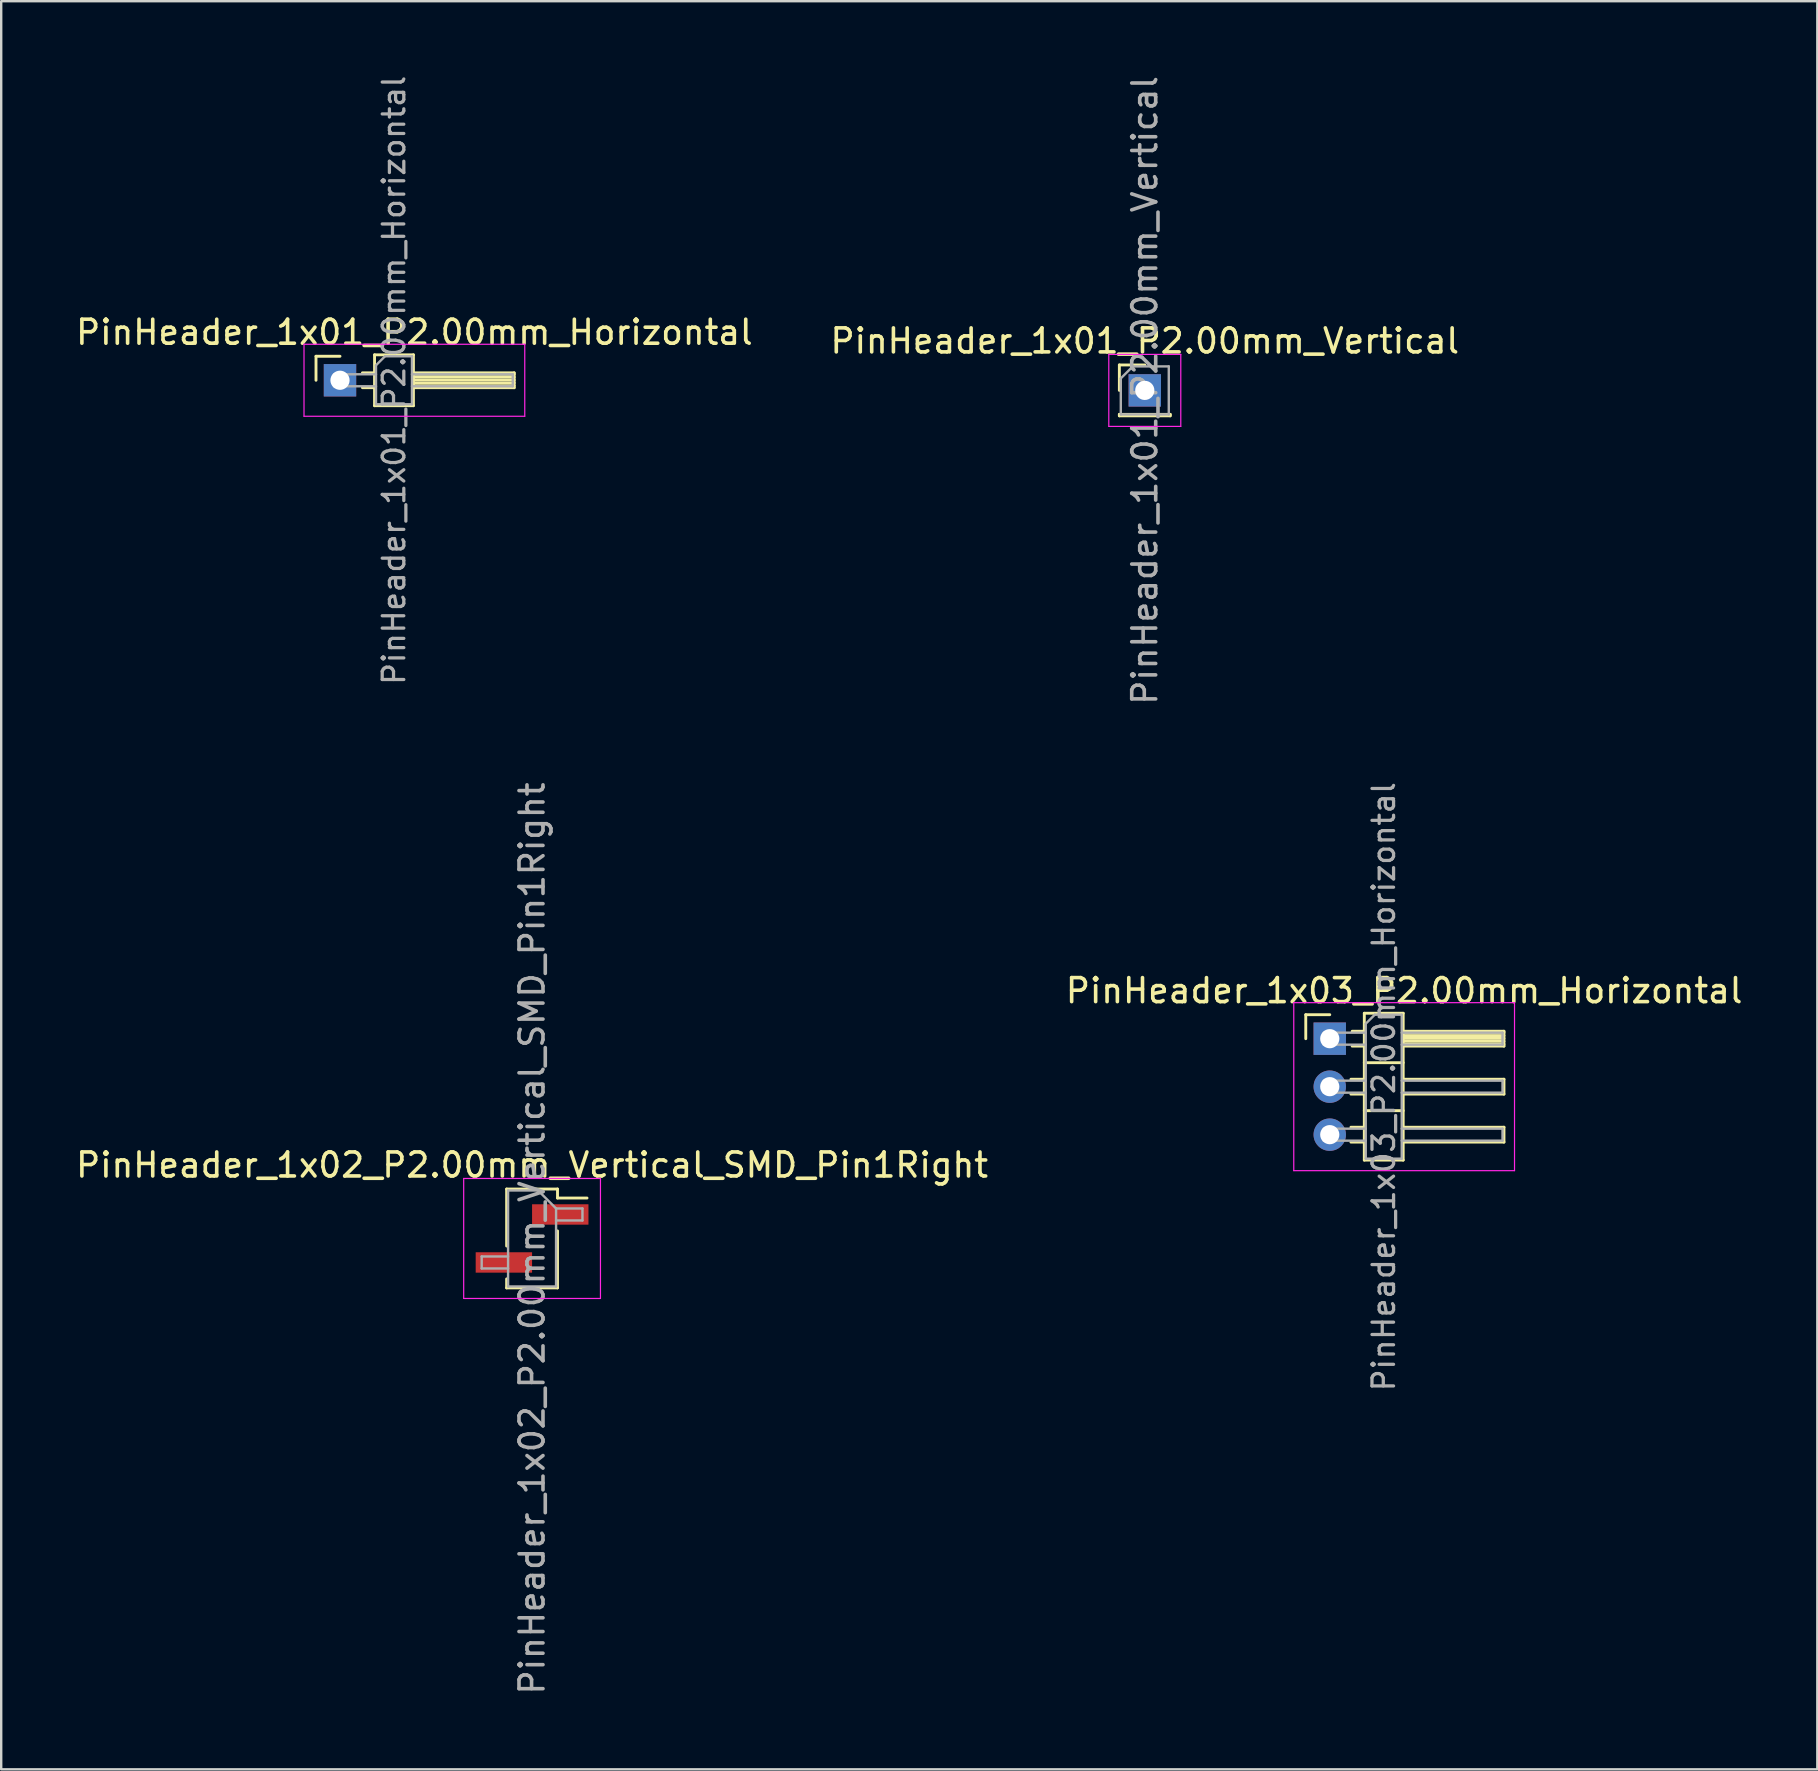
<source format=kicad_pcb>
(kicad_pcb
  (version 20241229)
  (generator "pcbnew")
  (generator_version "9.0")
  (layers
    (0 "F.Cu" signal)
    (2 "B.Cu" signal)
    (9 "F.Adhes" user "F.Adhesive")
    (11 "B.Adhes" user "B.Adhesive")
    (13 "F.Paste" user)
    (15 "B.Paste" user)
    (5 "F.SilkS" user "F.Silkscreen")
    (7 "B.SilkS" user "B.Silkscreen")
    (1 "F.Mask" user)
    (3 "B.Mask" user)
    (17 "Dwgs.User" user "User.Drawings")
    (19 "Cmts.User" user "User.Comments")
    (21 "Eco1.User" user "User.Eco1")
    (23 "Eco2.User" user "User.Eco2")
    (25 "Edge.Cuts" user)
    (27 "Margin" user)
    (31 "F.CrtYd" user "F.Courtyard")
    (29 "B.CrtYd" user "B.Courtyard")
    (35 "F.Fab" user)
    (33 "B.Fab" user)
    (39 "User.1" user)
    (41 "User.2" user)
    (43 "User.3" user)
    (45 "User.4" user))
  (footprint "PinHeader_1x01_P2.00mm_Horizontal"
    (layer "F.Cu")
    (at 11.12 12.798)
    (property "Reference" "PinHeader_1x01_P2.00mm_Horizontal" (at 3.1 -2 0) (layer "F.SilkS") (effects (font (size 1 1) (thickness 0.15))))
    (attr through_hole)
    (fp_line (start -1 -1) (end 0 -1) (stroke (width 0.12) (type solid)) (layer "F.SilkS"))
    (fp_line (start -1 0) (end -1 -1) (stroke (width 0.12) (type solid)) (layer "F.SilkS"))
    (fp_line (start 0.935 -0.31) (end 1.44 -0.31) (stroke (width 0.12) (type solid)) (layer "F.SilkS"))
    (fp_line (start 0.935 0.31) (end 1.44 0.31) (stroke (width 0.12) (type solid)) (layer "F.SilkS"))
    (fp_line (start 1.44 -1.06) (end 1.44 1.06) (stroke (width 0.12) (type solid)) (layer "F.SilkS"))
    (fp_line (start 1.44 1.06) (end 3.06 1.06) (stroke (width 0.12) (type solid)) (layer "F.SilkS"))
    (fp_line (start 3.06 -1.06) (end 1.44 -1.06) (stroke (width 0.12) (type solid)) (layer "F.SilkS"))
    (fp_line (start 3.06 -0.31) (end 7.26 -0.31) (stroke (width 0.12) (type solid)) (layer "F.SilkS"))
    (fp_line (start 3.06 -0.25) (end 7.26 -0.25) (stroke (width 0.12) (type solid)) (layer "F.SilkS"))
    (fp_line (start 3.06 -0.13) (end 7.26 -0.13) (stroke (width 0.12) (type solid)) (layer "F.SilkS"))
    (fp_line (start 3.06 -0.01) (end 7.26 -0.01) (stroke (width 0.12) (type solid)) (layer "F.SilkS"))
    (fp_line (start 3.06 0.11) (end 7.26 0.11) (stroke (width 0.12) (type solid)) (layer "F.SilkS"))
    (fp_line (start 3.06 0.23) (end 7.26 0.23) (stroke (width 0.12) (type solid)) (layer "F.SilkS"))
    (fp_line (start 3.06 1.06) (end 3.06 -1.06) (stroke (width 0.12) (type solid)) (layer "F.SilkS"))
    (fp_line (start 7.26 -0.31) (end 7.26 0.31) (stroke (width 0.12) (type solid)) (layer "F.SilkS"))
    (fp_line (start 7.26 0.31) (end 3.06 0.31) (stroke (width 0.12) (type solid)) (layer "F.SilkS"))
    (fp_line (start -1.5 -1.5) (end -1.5 1.5) (stroke (width 0.05) (type solid)) (layer "F.CrtYd"))
    (fp_line (start -1.5 1.5) (end 7.7 1.5) (stroke (width 0.05) (type solid)) (layer "F.CrtYd"))
    (fp_line (start 7.7 -1.5) (end -1.5 -1.5) (stroke (width 0.05) (type solid)) (layer "F.CrtYd"))
    (fp_line (start 7.7 1.5) (end 7.7 -1.5) (stroke (width 0.05) (type solid)) (layer "F.CrtYd"))
    (fp_line (start -0.25 -0.25) (end -0.25 0.25) (stroke (width 0.1) (type solid)) (layer "F.Fab"))
    (fp_line (start -0.25 -0.25) (end 1.5 -0.25) (stroke (width 0.1) (type solid)) (layer "F.Fab"))
    (fp_line (start -0.25 0.25) (end 1.5 0.25) (stroke (width 0.1) (type solid)) (layer "F.Fab"))
    (fp_line (start 1.5 -0.625) (end 1.875 -1) (stroke (width 0.1) (type solid)) (layer "F.Fab"))
    (fp_line (start 1.5 1) (end 1.5 -0.625) (stroke (width 0.1) (type solid)) (layer "F.Fab"))
    (fp_line (start 1.875 -1) (end 3 -1) (stroke (width 0.1) (type solid)) (layer "F.Fab"))
    (fp_line (start 3 -1) (end 3 1) (stroke (width 0.1) (type solid)) (layer "F.Fab"))
    (fp_line (start 3 -0.25) (end 7.2 -0.25) (stroke (width 0.1) (type solid)) (layer "F.Fab"))
    (fp_line (start 3 0.25) (end 7.2 0.25) (stroke (width 0.1) (type solid)) (layer "F.Fab"))
    (fp_line (start 3 1) (end 1.5 1) (stroke (width 0.1) (type solid)) (layer "F.Fab"))
    (fp_line (start 7.2 -0.25) (end 7.2 0.25) (stroke (width 0.1) (type solid)) (layer "F.Fab"))
    (fp_text user "${REFERENCE}" (at 2.25 0 90) (layer "F.Fab") (effects (font (size 0.9 0.9) (thickness 0.135))))
    (pad "1" thru_hole rect (at 0 0) (size 1.35 1.35) (drill 0.8) (layers "*.Cu" "*.Mask")))
  (footprint "PinHeader_1x01_P2.00mm_Vertical"
    (layer "F.Cu")
    (at 44.661 13.22)
    (property "Reference" "PinHeader_1x01_P2.00mm_Vertical" (at 0 -2.06 0) (layer "F.SilkS") (effects (font (size 1 1) (thickness 0.15))))
    (attr through_hole)
    (fp_line (start -1.06 -1.06) (end 0 -1.06) (stroke (width 0.12) (type solid)) (layer "F.SilkS"))
    (fp_line (start -1.06 0) (end -1.06 -1.06) (stroke (width 0.12) (type solid)) (layer "F.SilkS"))
    (fp_line (start -1.06 1) (end -1.06 1.06) (stroke (width 0.12) (type solid)) (layer "F.SilkS"))
    (fp_line (start -1.06 1) (end 1.06 1) (stroke (width 0.12) (type solid)) (layer "F.SilkS"))
    (fp_line (start -1.06 1.06) (end 1.06 1.06) (stroke (width 0.12) (type solid)) (layer "F.SilkS"))
    (fp_line (start 1.06 1) (end 1.06 1.06) (stroke (width 0.12) (type solid)) (layer "F.SilkS"))
    (fp_line (start -1.5 -1.5) (end -1.5 1.5) (stroke (width 0.05) (type solid)) (layer "F.CrtYd"))
    (fp_line (start -1.5 1.5) (end 1.5 1.5) (stroke (width 0.05) (type solid)) (layer "F.CrtYd"))
    (fp_line (start 1.5 -1.5) (end -1.5 -1.5) (stroke (width 0.05) (type solid)) (layer "F.CrtYd"))
    (fp_line (start 1.5 1.5) (end 1.5 -1.5) (stroke (width 0.05) (type solid)) (layer "F.CrtYd"))
    (fp_line (start -1 -0.5) (end -0.5 -1) (stroke (width 0.1) (type solid)) (layer "F.Fab"))
    (fp_line (start -1 1) (end -1 -0.5) (stroke (width 0.1) (type solid)) (layer "F.Fab"))
    (fp_line (start -0.5 -1) (end 1 -1) (stroke (width 0.1) (type solid)) (layer "F.Fab"))
    (fp_line (start 1 -1) (end 1 1) (stroke (width 0.1) (type solid)) (layer "F.Fab"))
    (fp_line (start 1 1) (end -1 1) (stroke (width 0.1) (type solid)) (layer "F.Fab"))
    (fp_text user "${REFERENCE}" (at 0 0 90) (layer "F.Fab") (effects (font (size 1 1) (thickness 0.15))))
    (pad "1" thru_hole rect (at 0 0) (size 1.35 1.35) (drill 0.8) (layers "*.Cu" "*.Mask")))
  (footprint "PinHeader_1x03_P2.00mm_Horizontal"
    (layer "F.Cu")
    (at 52.37 40.239)
    (property "Reference" "PinHeader_1x03_P2.00mm_Horizontal" (at 3.1 -2 0) (layer "F.SilkS") (effects (font (size 1 1) (thickness 0.15))))
    (attr through_hole)
    (fp_line (start -1 -1) (end 0 -1) (stroke (width 0.12) (type solid)) (layer "F.SilkS"))
    (fp_line (start -1 0) (end -1 -1) (stroke (width 0.12) (type solid)) (layer "F.SilkS"))
    (fp_line (start 0.882 1.69) (end 1.44 1.69) (stroke (width 0.12) (type solid)) (layer "F.SilkS"))
    (fp_line (start 0.882 2.31) (end 1.44 2.31) (stroke (width 0.12) (type solid)) (layer "F.SilkS"))
    (fp_line (start 0.882 3.69) (end 1.44 3.69) (stroke (width 0.12) (type solid)) (layer "F.SilkS"))
    (fp_line (start 0.882 4.31) (end 1.44 4.31) (stroke (width 0.12) (type solid)) (layer "F.SilkS"))
    (fp_line (start 0.935 -0.31) (end 1.44 -0.31) (stroke (width 0.12) (type solid)) (layer "F.SilkS"))
    (fp_line (start 0.935 0.31) (end 1.44 0.31) (stroke (width 0.12) (type solid)) (layer "F.SilkS"))
    (fp_line (start 1.44 -1.06) (end 1.44 5.06) (stroke (width 0.12) (type solid)) (layer "F.SilkS"))
    (fp_line (start 1.44 1) (end 3.06 1) (stroke (width 0.12) (type solid)) (layer "F.SilkS"))
    (fp_line (start 1.44 3) (end 3.06 3) (stroke (width 0.12) (type solid)) (layer "F.SilkS"))
    (fp_line (start 1.44 5.06) (end 3.06 5.06) (stroke (width 0.12) (type solid)) (layer "F.SilkS"))
    (fp_line (start 3.06 -1.06) (end 1.44 -1.06) (stroke (width 0.12) (type solid)) (layer "F.SilkS"))
    (fp_line (start 3.06 -0.31) (end 7.26 -0.31) (stroke (width 0.12) (type solid)) (layer "F.SilkS"))
    (fp_line (start 3.06 -0.25) (end 7.26 -0.25) (stroke (width 0.12) (type solid)) (layer "F.SilkS"))
    (fp_line (start 3.06 -0.13) (end 7.26 -0.13) (stroke (width 0.12) (type solid)) (layer "F.SilkS"))
    (fp_line (start 3.06 -0.01) (end 7.26 -0.01) (stroke (width 0.12) (type solid)) (layer "F.SilkS"))
    (fp_line (start 3.06 0.11) (end 7.26 0.11) (stroke (width 0.12) (type solid)) (layer "F.SilkS"))
    (fp_line (start 3.06 0.23) (end 7.26 0.23) (stroke (width 0.12) (type solid)) (layer "F.SilkS"))
    (fp_line (start 3.06 1.69) (end 7.26 1.69) (stroke (width 0.12) (type solid)) (layer "F.SilkS"))
    (fp_line (start 3.06 3.69) (end 7.26 3.69) (stroke (width 0.12) (type solid)) (layer "F.SilkS"))
    (fp_line (start 3.06 5.06) (end 3.06 -1.06) (stroke (width 0.12) (type solid)) (layer "F.SilkS"))
    (fp_line (start 7.26 -0.31) (end 7.26 0.31) (stroke (width 0.12) (type solid)) (layer "F.SilkS"))
    (fp_line (start 7.26 0.31) (end 3.06 0.31) (stroke (width 0.12) (type solid)) (layer "F.SilkS"))
    (fp_line (start 7.26 1.69) (end 7.26 2.31) (stroke (width 0.12) (type solid)) (layer "F.SilkS"))
    (fp_line (start 7.26 2.31) (end 3.06 2.31) (stroke (width 0.12) (type solid)) (layer "F.SilkS"))
    (fp_line (start 7.26 3.69) (end 7.26 4.31) (stroke (width 0.12) (type solid)) (layer "F.SilkS"))
    (fp_line (start 7.26 4.31) (end 3.06 4.31) (stroke (width 0.12) (type solid)) (layer "F.SilkS"))
    (fp_line (start -1.5 -1.5) (end -1.5 5.5) (stroke (width 0.05) (type solid)) (layer "F.CrtYd"))
    (fp_line (start -1.5 5.5) (end 7.7 5.5) (stroke (width 0.05) (type solid)) (layer "F.CrtYd"))
    (fp_line (start 7.7 -1.5) (end -1.5 -1.5) (stroke (width 0.05) (type solid)) (layer "F.CrtYd"))
    (fp_line (start 7.7 5.5) (end 7.7 -1.5) (stroke (width 0.05) (type solid)) (layer "F.CrtYd"))
    (fp_line (start -0.25 -0.25) (end -0.25 0.25) (stroke (width 0.1) (type solid)) (layer "F.Fab"))
    (fp_line (start -0.25 -0.25) (end 1.5 -0.25) (stroke (width 0.1) (type solid)) (layer "F.Fab"))
    (fp_line (start -0.25 0.25) (end 1.5 0.25) (stroke (width 0.1) (type solid)) (layer "F.Fab"))
    (fp_line (start -0.25 1.75) (end -0.25 2.25) (stroke (width 0.1) (type solid)) (layer "F.Fab"))
    (fp_line (start -0.25 1.75) (end 1.5 1.75) (stroke (width 0.1) (type solid)) (layer "F.Fab"))
    (fp_line (start -0.25 2.25) (end 1.5 2.25) (stroke (width 0.1) (type solid)) (layer "F.Fab"))
    (fp_line (start -0.25 3.75) (end -0.25 4.25) (stroke (width 0.1) (type solid)) (layer "F.Fab"))
    (fp_line (start -0.25 3.75) (end 1.5 3.75) (stroke (width 0.1) (type solid)) (layer "F.Fab"))
    (fp_line (start -0.25 4.25) (end 1.5 4.25) (stroke (width 0.1) (type solid)) (layer "F.Fab"))
    (fp_line (start 1.5 -0.625) (end 1.875 -1) (stroke (width 0.1) (type solid)) (layer "F.Fab"))
    (fp_line (start 1.5 5) (end 1.5 -0.625) (stroke (width 0.1) (type solid)) (layer "F.Fab"))
    (fp_line (start 1.875 -1) (end 3 -1) (stroke (width 0.1) (type solid)) (layer "F.Fab"))
    (fp_line (start 3 -1) (end 3 5) (stroke (width 0.1) (type solid)) (layer "F.Fab"))
    (fp_line (start 3 -0.25) (end 7.2 -0.25) (stroke (width 0.1) (type solid)) (layer "F.Fab"))
    (fp_line (start 3 0.25) (end 7.2 0.25) (stroke (width 0.1) (type solid)) (layer "F.Fab"))
    (fp_line (start 3 1.75) (end 7.2 1.75) (stroke (width 0.1) (type solid)) (layer "F.Fab"))
    (fp_line (start 3 2.25) (end 7.2 2.25) (stroke (width 0.1) (type solid)) (layer "F.Fab"))
    (fp_line (start 3 3.75) (end 7.2 3.75) (stroke (width 0.1) (type solid)) (layer "F.Fab"))
    (fp_line (start 3 4.25) (end 7.2 4.25) (stroke (width 0.1) (type solid)) (layer "F.Fab"))
    (fp_line (start 3 5) (end 1.5 5) (stroke (width 0.1) (type solid)) (layer "F.Fab"))
    (fp_line (start 7.2 -0.25) (end 7.2 0.25) (stroke (width 0.1) (type solid)) (layer "F.Fab"))
    (fp_line (start 7.2 1.75) (end 7.2 2.25) (stroke (width 0.1) (type solid)) (layer "F.Fab"))
    (fp_line (start 7.2 3.75) (end 7.2 4.25) (stroke (width 0.1) (type solid)) (layer "F.Fab"))
    (fp_text user "${REFERENCE}" (at 2.25 2 90) (layer "F.Fab") (effects (font (size 0.9 0.9) (thickness 0.135))))
    (pad "1" thru_hole rect (at 0 0) (size 1.35 1.35) (drill 0.8) (layers "*.Cu" "*.Mask"))
    (pad "2" thru_hole oval (at 0 2) (size 1.35 1.35) (drill 0.8) (layers "*.Cu" "*.Mask"))
    (pad "3" thru_hole oval (at 0 4) (size 1.35 1.35) (drill 0.8) (layers "*.Cu" "*.Mask")))
  (footprint "PinHeader_1x02_P2.00mm_Vertical_SMD_Pin1Right"
    (layer "F.Cu")
    (at 19.125 48.565)
    (property "Reference" "PinHeader_1x02_P2.00mm_Vertical_SMD_Pin1Right" (at 0 -3.06 0) (layer "F.SilkS") (effects (font (size 1 1) (thickness 0.15))))
    (attr smd)
    (fp_line (start -1.06 -2.06) (end -1.06 0.315) (stroke (width 0.12) (type solid)) (layer "F.SilkS"))
    (fp_line (start -1.06 -2.06) (end 1.06 -2.06) (stroke (width 0.12) (type solid)) (layer "F.SilkS"))
    (fp_line (start -1.06 1.685) (end -1.06 2.06) (stroke (width 0.12) (type solid)) (layer "F.SilkS"))
    (fp_line (start -1.06 2.06) (end 1.06 2.06) (stroke (width 0.12) (type solid)) (layer "F.SilkS"))
    (fp_line (start 1.06 -2.06) (end 1.06 -1.685) (stroke (width 0.12) (type solid)) (layer "F.SilkS"))
    (fp_line (start 1.06 -1.685) (end 2.29 -1.685) (stroke (width 0.12) (type solid)) (layer "F.SilkS"))
    (fp_line (start 1.06 -0.315) (end 1.06 2.06) (stroke (width 0.12) (type solid)) (layer "F.SilkS"))
    (fp_line (start -2.85 -2.5) (end -2.85 2.5) (stroke (width 0.05) (type solid)) (layer "F.CrtYd"))
    (fp_line (start -2.85 2.5) (end 2.85 2.5) (stroke (width 0.05) (type solid)) (layer "F.CrtYd"))
    (fp_line (start 2.85 -2.5) (end -2.85 -2.5) (stroke (width 0.05) (type solid)) (layer "F.CrtYd"))
    (fp_line (start 2.85 2.5) (end 2.85 -2.5) (stroke (width 0.05) (type solid)) (layer "F.CrtYd"))
    (fp_line (start -2.1 0.75) (end -2.1 1.25) (stroke (width 0.1) (type solid)) (layer "F.Fab"))
    (fp_line (start -2.1 1.25) (end -1 1.25) (stroke (width 0.1) (type solid)) (layer "F.Fab"))
    (fp_line (start -1 -2) (end -1 2) (stroke (width 0.1) (type solid)) (layer "F.Fab"))
    (fp_line (start -1 -2) (end 0.25 -2) (stroke (width 0.1) (type solid)) (layer "F.Fab"))
    (fp_line (start -1 0.75) (end -2.1 0.75) (stroke (width 0.1) (type solid)) (layer "F.Fab"))
    (fp_line (start 1 -1.25) (end 0.25 -2) (stroke (width 0.1) (type solid)) (layer "F.Fab"))
    (fp_line (start 1 -1.25) (end 2.1 -1.25) (stroke (width 0.1) (type solid)) (layer "F.Fab"))
    (fp_line (start 1 2) (end -1 2) (stroke (width 0.1) (type solid)) (layer "F.Fab"))
    (fp_line (start 1 2) (end 1 -1.25) (stroke (width 0.1) (type solid)) (layer "F.Fab"))
    (fp_line (start 2.1 -1.25) (end 2.1 -0.75) (stroke (width 0.1) (type solid)) (layer "F.Fab"))
    (fp_line (start 2.1 -0.75) (end 1 -0.75) (stroke (width 0.1) (type solid)) (layer "F.Fab"))
    (fp_text user "${REFERENCE}" (at 0 0 90) (layer "F.Fab") (effects (font (size 1 1) (thickness 0.15))))
    (pad "1" smd rect (at 1.175 -1) (size 2.35 0.85) (layers "F.Cu" "F.Mask" "F.Paste"))
    (pad "2" smd rect (at -1.175 1) (size 2.35 0.85) (layers "F.Cu" "F.Mask" "F.Paste")))
  (gr_rect
    (start -3 -3)
    (end 72.69 70.69)
    (stroke (width 0.1) (type default))
    (fill no)
    (layer "Edge.Cuts")))
</source>
